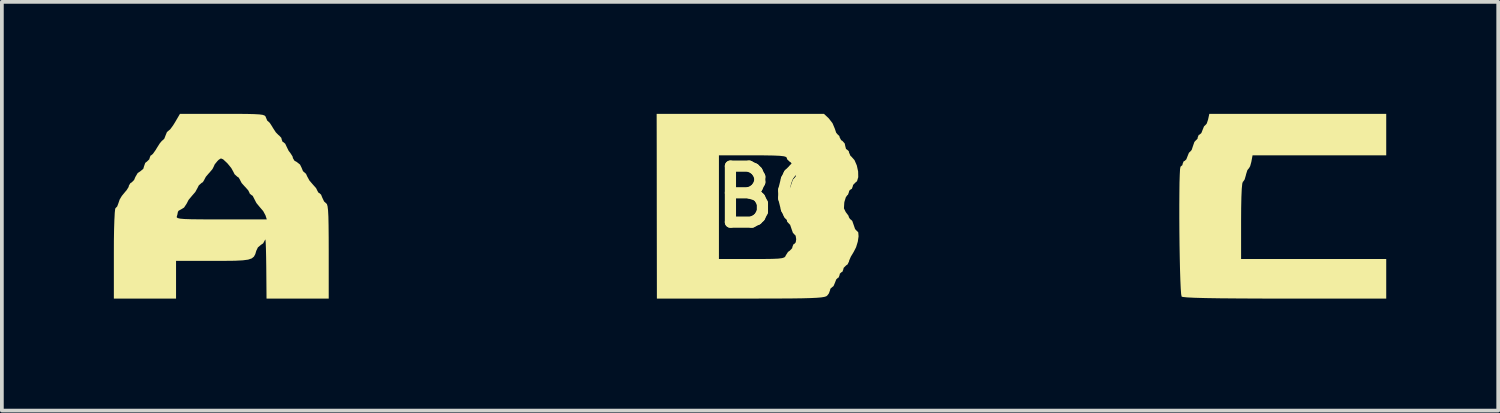
<source format=kicad_pcb>
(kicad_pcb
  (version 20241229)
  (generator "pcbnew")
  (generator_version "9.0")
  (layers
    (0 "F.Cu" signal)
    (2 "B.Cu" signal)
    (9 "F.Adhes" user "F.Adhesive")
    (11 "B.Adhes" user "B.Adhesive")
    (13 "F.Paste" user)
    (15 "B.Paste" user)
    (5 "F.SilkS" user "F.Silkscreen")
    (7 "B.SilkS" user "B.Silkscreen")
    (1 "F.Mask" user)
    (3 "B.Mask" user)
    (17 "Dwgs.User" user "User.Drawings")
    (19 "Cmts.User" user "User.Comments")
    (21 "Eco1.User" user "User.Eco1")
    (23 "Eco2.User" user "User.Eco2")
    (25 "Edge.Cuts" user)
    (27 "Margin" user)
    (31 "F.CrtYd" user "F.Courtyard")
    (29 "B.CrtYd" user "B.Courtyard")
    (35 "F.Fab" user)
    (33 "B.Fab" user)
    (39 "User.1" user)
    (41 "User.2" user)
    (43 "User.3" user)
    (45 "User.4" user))
  (footprint "ABC"
    (layer "F.Cu")
    (at 17.017 2.222)
    (property "Reference" "ABC" (at 0 0 0) (layer "F.SilkS") (effects (font (size 1.5 1.5) (thickness 0.3))))
    (attr board_only exclude_from_pos_files exclude_from_bom)
    (fp_poly (pts (xy 17.068 -1.666) (xy 17.068 -1.111) (xy 15.278 -1.111) (xy 13.487 -1.111) (xy 13.454 -0.934) (xy 13.422 -0.818) (xy 13.387 -0.759) (xy 13.382 -0.757) (xy 13.348 -0.713) (xy 13.314 -0.605) (xy 13.309 -0.581) (xy 13.275 -0.464) (xy 13.235 -0.406) (xy 13.228 -0.404) (xy 13.212 -0.355) (xy 13.198 -0.215) (xy 13.188 0.006) (xy 13.182 0.298) (xy 13.18 0.631) (xy 13.18 1.666) (xy 15.124 1.666) (xy 17.068 1.666) (xy 17.068 2.197) (xy 17.068 2.727) (xy 14.344 2.727) (xy 13.671 2.726) (xy 13.096 2.723) (xy 12.617 2.719) (xy 12.233 2.713) (xy 11.94 2.705) (xy 11.736 2.695) (xy 11.619 2.683) (xy 11.587 2.673) (xy 11.574 2.605) (xy 11.563 2.453) (xy 11.553 2.232) (xy 11.544 1.954) (xy 11.537 1.635) (xy 11.531 1.288) (xy 11.527 0.927) (xy 11.525 0.566) (xy 11.525 0.22) (xy 11.527 -0.098) (xy 11.53 -0.374) (xy 11.537 -0.593) (xy 11.545 -0.742) (xy 11.557 -0.806) (xy 11.559 -0.808) (xy 11.608 -0.849) (xy 11.614 -0.884) (xy 11.641 -0.951) (xy 11.664 -0.959) (xy 11.712 -1.002) (xy 11.745 -1.086) (xy 11.783 -1.18) (xy 11.818 -1.212) (xy 11.856 -1.255) (xy 11.891 -1.36) (xy 11.892 -1.363) (xy 11.929 -1.469) (xy 11.971 -1.515) (xy 11.972 -1.515) (xy 12.013 -1.556) (xy 12.018 -1.591) (xy 12.045 -1.658) (xy 12.068 -1.666) (xy 12.116 -1.709) (xy 12.149 -1.793) (xy 12.187 -1.887) (xy 12.222 -1.919) (xy 12.26 -1.962) (xy 12.295 -2.067) (xy 12.296 -2.07) (xy 12.329 -2.222) (xy 14.699 -2.222) (xy 17.068 -2.222)) (stroke (width 0) (type solid)) (fill yes) (layer "F.SilkS"))
    (fp_poly (pts (xy 2.133 -2.103) (xy 2.235 -1.971) (xy 2.296 -1.826) (xy 2.333 -1.716) (xy 2.375 -1.667) (xy 2.377 -1.666) (xy 2.419 -1.626) (xy 2.424 -1.596) (xy 2.465 -1.518) (xy 2.5 -1.497) (xy 2.562 -1.428) (xy 2.575 -1.365) (xy 2.596 -1.282) (xy 2.626 -1.262) (xy 2.671 -1.222) (xy 2.676 -1.189) (xy 2.715 -1.098) (xy 2.741 -1.076) (xy 2.824 -0.982) (xy 2.886 -0.839) (xy 2.921 -0.677) (xy 2.924 -0.526) (xy 2.891 -0.417) (xy 2.853 -0.386) (xy 2.786 -0.318) (xy 2.777 -0.279) (xy 2.751 -0.211) (xy 2.727 -0.202) (xy 2.681 -0.161) (xy 2.676 -0.13) (xy 2.649 -0.055) (xy 2.63 -0.042) (xy 2.591 0.014) (xy 2.555 0.131) (xy 2.55 0.156) (xy 2.541 0.31) (xy 2.59 0.411) (xy 2.596 0.418) (xy 2.661 0.504) (xy 2.676 0.552) (xy 2.71 0.604) (xy 2.723 0.606) (xy 2.765 0.649) (xy 2.802 0.755) (xy 2.803 0.757) (xy 2.839 0.863) (xy 2.881 0.909) (xy 2.882 0.909) (xy 2.924 0.951) (xy 2.933 1.058) (xy 2.912 1.201) (xy 2.866 1.352) (xy 2.803 1.475) (xy 2.725 1.605) (xy 2.68 1.71) (xy 2.676 1.734) (xy 2.636 1.814) (xy 2.601 1.836) (xy 2.533 1.904) (xy 2.525 1.943) (xy 2.498 2.011) (xy 2.474 2.02) (xy 2.43 2.061) (xy 2.424 2.096) (xy 2.399 2.163) (xy 2.379 2.171) (xy 2.334 2.214) (xy 2.302 2.298) (xy 2.262 2.392) (xy 2.221 2.424) (xy 2.176 2.465) (xy 2.171 2.496) (xy 2.138 2.588) (xy 2.092 2.647) (xy 2.063 2.667) (xy 2.013 2.682) (xy 1.933 2.695) (xy 1.814 2.705) (xy 1.646 2.713) (xy 1.422 2.719) (xy 1.133 2.723) (xy 0.769 2.725) (xy 0.322 2.726) (xy -0.218 2.727) (xy -0.229 2.727) (xy -2.47 2.727) (xy -2.473 0.252) (xy -2.474 -1.111) (xy -0.808 -1.111) (xy -0.808 0.278) (xy -0.808 1.666) (xy 0.072 1.666) (xy 0.391 1.666) (xy 0.623 1.663) (xy 0.782 1.656) (xy 0.884 1.643) (xy 0.943 1.624) (xy 0.972 1.596) (xy 0.983 1.57) (xy 1.043 1.476) (xy 1.088 1.445) (xy 1.154 1.377) (xy 1.161 1.34) (xy 1.188 1.272) (xy 1.212 1.262) (xy 1.25 1.219) (xy 1.262 1.136) (xy 1.247 1.041) (xy 1.216 1.01) (xy 1.174 0.966) (xy 1.137 0.861) (xy 1.136 0.858) (xy 1.1 0.752) (xy 1.057 0.707) (xy 1.056 0.707) (xy 1.018 0.665) (xy 1.01 0.61) (xy 0.982 0.52) (xy 0.948 0.493) (xy 0.908 0.432) (xy 0.887 0.299) (xy 0.886 0.252) (xy 0.899 0.105) (xy 0.935 0.021) (xy 0.948 0.012) (xy 1 -0.049) (xy 1.01 -0.105) (xy 1.03 -0.185) (xy 1.056 -0.202) (xy 1.099 -0.246) (xy 1.136 -0.351) (xy 1.136 -0.353) (xy 1.173 -0.459) (xy 1.215 -0.505) (xy 1.216 -0.505) (xy 1.251 -0.548) (xy 1.262 -0.631) (xy 1.245 -0.726) (xy 1.212 -0.757) (xy 1.167 -0.798) (xy 1.161 -0.835) (xy 1.121 -0.919) (xy 1.086 -0.941) (xy 1.019 -1.005) (xy 1.01 -1.041) (xy 0.993 -1.066) (xy 0.936 -1.085) (xy 0.824 -1.098) (xy 0.647 -1.106) (xy 0.392 -1.11) (xy 0.101 -1.111) (xy -0.808 -1.111) (xy -2.474 -1.111) (xy -2.476 -2.222) (xy -0.235 -2.222) (xy 2.005 -2.222)) (stroke (width 0) (type solid)) (fill yes) (layer "F.SilkS"))
    (fp_poly (pts (xy -13.74 -2.222) (xy -13.461 -2.22) (xy -13.257 -2.215) (xy -13.118 -2.207) (xy -13.029 -2.195) (xy -12.978 -2.176) (xy -12.953 -2.151) (xy -12.942 -2.121) (xy -12.907 -2.039) (xy -12.882 -2.02) (xy -12.84 -1.98) (xy -12.775 -1.88) (xy -12.756 -1.846) (xy -12.678 -1.727) (xy -12.605 -1.652) (xy -12.593 -1.646) (xy -12.53 -1.578) (xy -12.523 -1.542) (xy -12.498 -1.474) (xy -12.476 -1.464) (xy -12.426 -1.422) (xy -12.394 -1.353) (xy -12.335 -1.232) (xy -12.289 -1.173) (xy -12.23 -1.081) (xy -12.22 -1.035) (xy -12.178 -0.966) (xy -12.119 -0.934) (xy -12.03 -0.864) (xy -11.988 -0.779) (xy -11.95 -0.686) (xy -11.915 -0.656) (xy -11.869 -0.615) (xy -11.839 -0.548) (xy -11.777 -0.435) (xy -11.684 -0.327) (xy -11.6 -0.233) (xy -11.564 -0.16) (xy -11.564 -0.158) (xy -11.53 -0.104) (xy -11.514 -0.101) (xy -11.466 -0.058) (xy -11.434 0.022) (xy -11.384 0.126) (xy -11.332 0.172) (xy -11.309 0.196) (xy -11.292 0.256) (xy -11.279 0.364) (xy -11.27 0.53) (xy -11.265 0.765) (xy -11.262 1.08) (xy -11.261 1.463) (xy -11.261 2.727) (xy -12.094 2.727) (xy -12.927 2.727) (xy -12.934 1.881) (xy -12.938 1.611) (xy -12.943 1.39) (xy -12.949 1.231) (xy -12.956 1.148) (xy -12.963 1.146) (xy -13.018 1.248) (xy -13.077 1.287) (xy -13.158 1.355) (xy -13.202 1.447) (xy -13.228 1.536) (xy -13.264 1.602) (xy -13.323 1.65) (xy -13.419 1.683) (xy -13.564 1.702) (xy -13.773 1.713) (xy -14.059 1.716) (xy -14.363 1.717) (xy -15.351 1.717) (xy -15.351 2.222) (xy -15.351 2.727) (xy -16.184 2.727) (xy -17.017 2.727) (xy -17.017 1.515) (xy -17.016 1.171) (xy -17.011 0.866) (xy -17.003 0.615) (xy -16.999 0.551) (xy -15.332 0.551) (xy -15.306 0.57) (xy -15.242 0.585) (xy -15.128 0.595) (xy -14.953 0.601) (xy -14.706 0.604) (xy -14.376 0.606) (xy -14.141 0.606) (xy -12.92 0.606) (xy -12.955 0.497) (xy -13.017 0.382) (xy -13.103 0.282) (xy -13.198 0.167) (xy -13.252 0.063) (xy -13.297 -0.025) (xy -13.335 -0.05) (xy -13.38 -0.089) (xy -13.382 -0.103) (xy -13.416 -0.171) (xy -13.498 -0.264) (xy -13.508 -0.273) (xy -13.594 -0.369) (xy -13.634 -0.445) (xy -13.634 -0.449) (xy -13.675 -0.517) (xy -13.708 -0.536) (xy -13.783 -0.604) (xy -13.815 -0.668) (xy -13.872 -0.771) (xy -13.97 -0.891) (xy -13.994 -0.915) (xy -14.09 -1.004) (xy -14.149 -1.028) (xy -14.205 -0.994) (xy -14.241 -0.959) (xy -14.315 -0.869) (xy -14.341 -0.81) (xy -14.374 -0.745) (xy -14.454 -0.649) (xy -14.467 -0.636) (xy -14.552 -0.537) (xy -14.593 -0.461) (xy -14.594 -0.455) (xy -14.634 -0.391) (xy -14.667 -0.372) (xy -14.742 -0.305) (xy -14.774 -0.24) (xy -14.835 -0.129) (xy -14.921 -0.03) (xy -15.016 0.084) (xy -15.069 0.187) (xy -15.137 0.289) (xy -15.202 0.329) (xy -15.282 0.373) (xy -15.301 0.403) (xy -15.317 0.484) (xy -15.331 0.526) (xy -15.332 0.551) (xy -16.999 0.551) (xy -16.993 0.429) (xy -16.981 0.323) (xy -16.972 0.303) (xy -16.928 0.26) (xy -16.895 0.172) (xy -16.861 0.072) (xy -16.804 -0.023) (xy -16.702 -0.147) (xy -16.677 -0.175) (xy -16.622 -0.262) (xy -16.614 -0.301) (xy -16.573 -0.367) (xy -16.542 -0.384) (xy -16.475 -0.45) (xy -16.441 -0.531) (xy -16.379 -0.636) (xy -16.31 -0.682) (xy -16.228 -0.75) (xy -16.21 -0.813) (xy -16.176 -0.909) (xy -16.134 -0.941) (xy -16.067 -1.005) (xy -16.058 -1.041) (xy -16.034 -1.104) (xy -16.017 -1.111) (xy -15.97 -1.151) (xy -15.898 -1.253) (xy -15.862 -1.313) (xy -15.786 -1.433) (xy -15.724 -1.506) (xy -15.707 -1.515) (xy -15.665 -1.558) (xy -15.633 -1.641) (xy -15.594 -1.736) (xy -15.557 -1.767) (xy -15.508 -1.807) (xy -15.432 -1.91) (xy -15.379 -1.995) (xy -15.246 -2.222) (xy -14.107 -2.222)) (stroke (width 0) (type solid)) (fill yes) (layer "F.SilkS")))
  (gr_rect
    (start -3 -3)
    (end 37.085 7.949)
    (stroke (width 0.1) (type default))
    (fill no)
    (layer "Edge.Cuts")))
</source>
